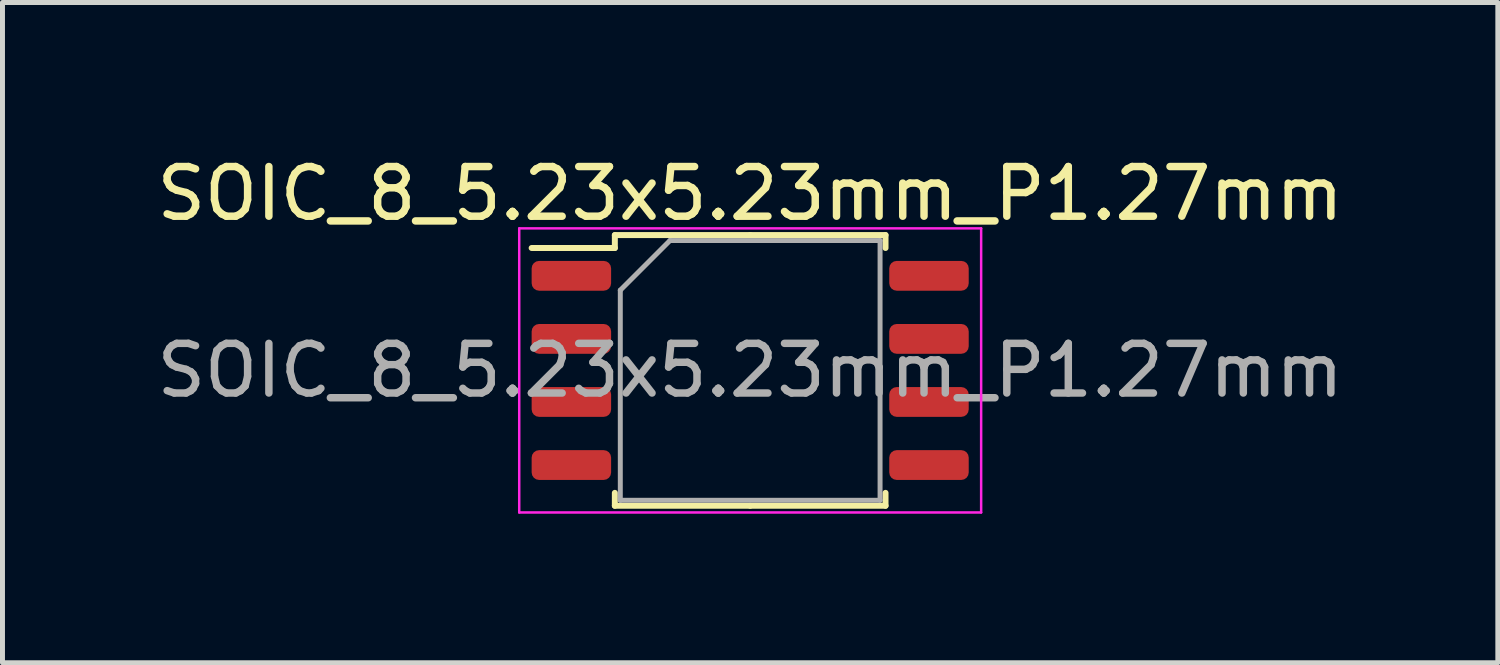
<source format=kicad_pcb>
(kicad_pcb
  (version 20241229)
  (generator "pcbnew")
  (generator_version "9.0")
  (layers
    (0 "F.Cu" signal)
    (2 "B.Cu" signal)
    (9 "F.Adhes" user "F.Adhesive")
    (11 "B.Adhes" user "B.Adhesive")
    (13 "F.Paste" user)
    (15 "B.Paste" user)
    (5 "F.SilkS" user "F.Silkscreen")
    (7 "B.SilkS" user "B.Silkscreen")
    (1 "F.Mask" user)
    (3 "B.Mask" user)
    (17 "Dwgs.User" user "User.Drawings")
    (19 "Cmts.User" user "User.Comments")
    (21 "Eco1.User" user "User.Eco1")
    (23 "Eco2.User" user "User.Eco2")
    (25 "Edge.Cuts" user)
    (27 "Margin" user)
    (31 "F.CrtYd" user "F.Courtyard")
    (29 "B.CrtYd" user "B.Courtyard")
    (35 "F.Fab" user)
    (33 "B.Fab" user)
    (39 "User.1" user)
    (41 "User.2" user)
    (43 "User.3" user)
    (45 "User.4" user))
  (footprint "SOIC_8_5.23x5.23mm_P1.27mm"
    (layer "F.Cu")
    (at 12.054 4.408)
    (property "Reference" "SOIC_8_5.23x5.23mm_P1.27mm" (at 0 -3.56 0) (layer "F.SilkS") (effects (font (size 1 1) (thickness 0.15))))
    (attr smd)
    (fp_line (start -2.725 -2.725) (end -2.725 -2.465) (stroke (width 0.12) (type solid)) (layer "F.SilkS"))
    (fp_line (start -2.725 -2.465) (end -4.4 -2.465) (stroke (width 0.12) (type solid)) (layer "F.SilkS"))
    (fp_line (start -2.725 2.725) (end -2.725 2.465) (stroke (width 0.12) (type solid)) (layer "F.SilkS"))
    (fp_line (start 0 -2.725) (end -2.725 -2.725) (stroke (width 0.12) (type solid)) (layer "F.SilkS"))
    (fp_line (start 0 -2.725) (end 2.725 -2.725) (stroke (width 0.12) (type solid)) (layer "F.SilkS"))
    (fp_line (start 0 2.725) (end -2.725 2.725) (stroke (width 0.12) (type solid)) (layer "F.SilkS"))
    (fp_line (start 0 2.725) (end 2.725 2.725) (stroke (width 0.12) (type solid)) (layer "F.SilkS"))
    (fp_line (start 2.725 -2.725) (end 2.725 -2.465) (stroke (width 0.12) (type solid)) (layer "F.SilkS"))
    (fp_line (start 2.725 2.725) (end 2.725 2.465) (stroke (width 0.12) (type solid)) (layer "F.SilkS"))
    (fp_line (start -4.65 -2.86) (end -4.65 2.86) (stroke (width 0.05) (type solid)) (layer "F.CrtYd"))
    (fp_line (start -4.65 2.86) (end 4.65 2.86) (stroke (width 0.05) (type solid)) (layer "F.CrtYd"))
    (fp_line (start 4.65 -2.86) (end -4.65 -2.86) (stroke (width 0.05) (type solid)) (layer "F.CrtYd"))
    (fp_line (start 4.65 2.86) (end 4.65 -2.86) (stroke (width 0.05) (type solid)) (layer "F.CrtYd"))
    (fp_line (start -2.615 -1.615) (end -1.615 -2.615) (stroke (width 0.1) (type solid)) (layer "F.Fab"))
    (fp_line (start -2.615 2.615) (end -2.615 -1.615) (stroke (width 0.1) (type solid)) (layer "F.Fab"))
    (fp_line (start -1.615 -2.615) (end 2.615 -2.615) (stroke (width 0.1) (type solid)) (layer "F.Fab"))
    (fp_line (start 2.615 -2.615) (end 2.615 2.615) (stroke (width 0.1) (type solid)) (layer "F.Fab"))
    (fp_line (start 2.615 2.615) (end -2.615 2.615) (stroke (width 0.1) (type solid)) (layer "F.Fab"))
    (fp_text user "${REFERENCE}" (at 0 0 0) (layer "F.Fab") (effects (font (size 1 1) (thickness 0.15))))
    (pad "1" smd roundrect (at -3.6 -1.905) (size 1.6 0.6) (layers "F.Cu" "F.Mask" "F.Paste") (roundrect_rratio 0.25))
    (pad "2" smd roundrect (at -3.6 -0.635) (size 1.6 0.6) (layers "F.Cu" "F.Mask" "F.Paste") (roundrect_rratio 0.25))
    (pad "3" smd roundrect (at -3.6 0.635) (size 1.6 0.6) (layers "F.Cu" "F.Mask" "F.Paste") (roundrect_rratio 0.25))
    (pad "4" smd roundrect (at -3.6 1.905) (size 1.6 0.6) (layers "F.Cu" "F.Mask" "F.Paste") (roundrect_rratio 0.25))
    (pad "5" smd roundrect (at 3.6 1.905) (size 1.6 0.6) (layers "F.Cu" "F.Mask" "F.Paste") (roundrect_rratio 0.25))
    (pad "6" smd roundrect (at 3.6 0.635) (size 1.6 0.6) (layers "F.Cu" "F.Mask" "F.Paste") (roundrect_rratio 0.25))
    (pad "7" smd roundrect (at 3.6 -0.635) (size 1.6 0.6) (layers "F.Cu" "F.Mask" "F.Paste") (roundrect_rratio 0.25))
    (pad "8" smd roundrect (at 3.6 -1.905) (size 1.6 0.6) (layers "F.Cu" "F.Mask" "F.Paste") (roundrect_rratio 0.25)))
  (gr_rect
    (start -3 -3)
    (end 27.107 10.293)
    (stroke (width 0.1) (type default))
    (fill no)
    (layer "Edge.Cuts")))
</source>
